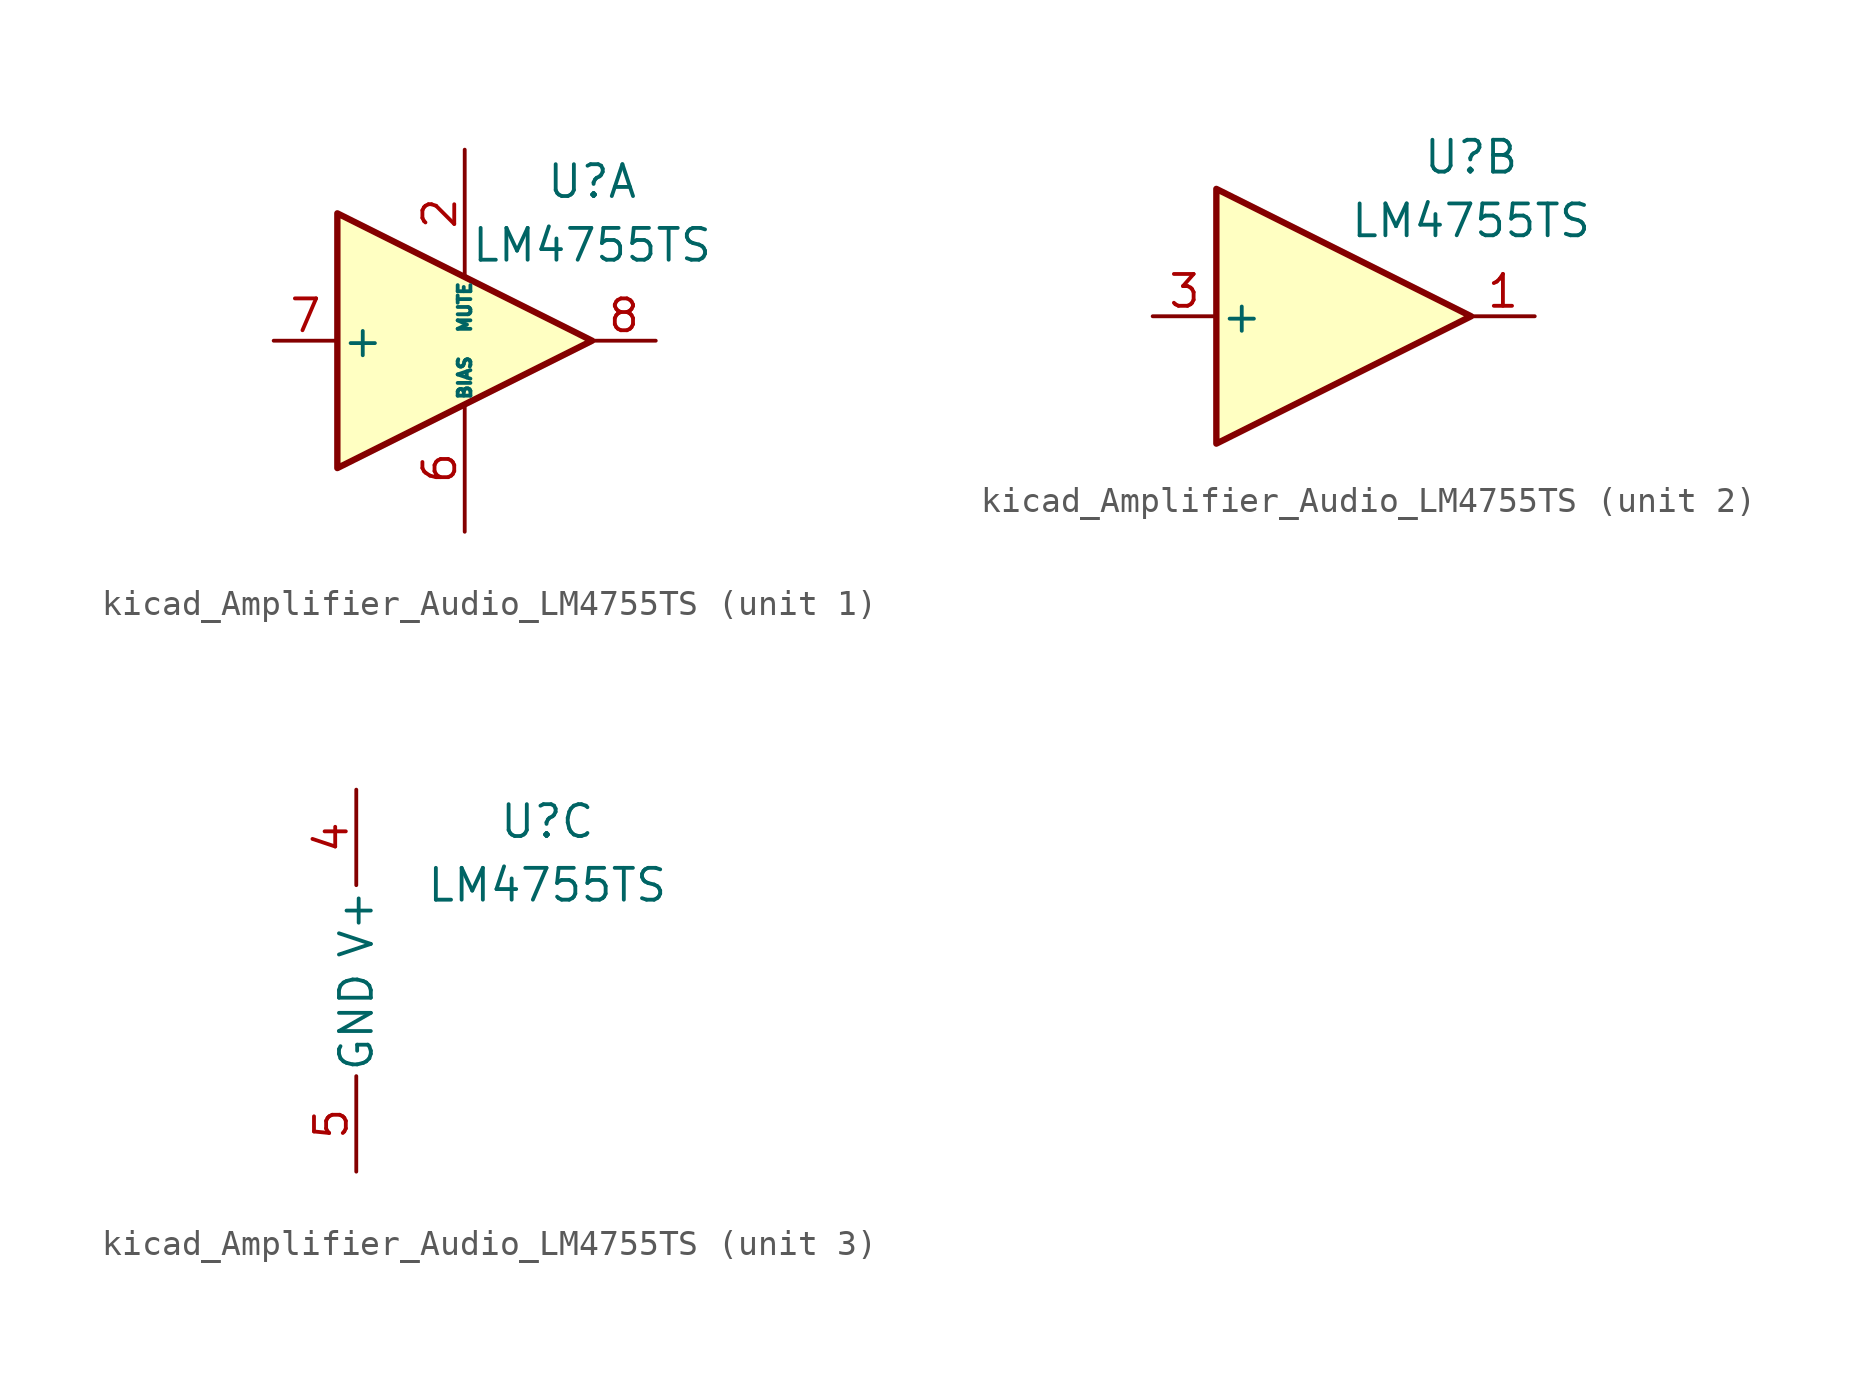
<source format=kicad_sym>
(kicad_symbol_lib
  (version 20220914)
  (generator kicad_symbol_editor)
  (symbol "kicad_Amplifier_Audio_LM4755TS"
    (pin_names
      (offset 0.127))
    (property "Reference" "U"
      (at 5.08 6.35 0)
      (effects (font (size 1.27 1.27))))
    (property "Value" "LM4755TS"
      (at 5.08 3.81 0)
      (effects (font (size 1.27 1.27))))
    (property "ki_locked" ""
      (at 0 0 0)
      (effects (font (size 1.27 1.27))))
    (symbol "kicad_Amplifier_Audio_LM4755TS_1_1"
      (polyline (pts (xy -5.08 5.08) (xy 5.08 0) (xy -5.08 -5.08) (xy -5.08 5.08)) (stroke (width 0.254) (type default)) (fill (type background)))
      (pin input line (at 0 7.62 270) (length 5.08) (name "MUTE" (effects (font (size 0.508 0.508)))) (number "2" (effects (font (size 1.27 1.27)))))
      (pin input line (at 0 -7.62 90) (length 5.08) (name "BIAS" (effects (font (size 0.508 0.508)))) (number "6" (effects (font (size 1.27 1.27)))))
      (pin input line (at -7.62 0 0) (length 2.54) (name "+" (effects (font (size 1.27 1.27)))) (number "7" (effects (font (size 1.27 1.27)))))
      (pin output line (at 7.62 0 180) (length 2.54) (name "~" (effects (font (size 1.27 1.27)))) (number "8" (effects (font (size 1.27 1.27)))))
      (pin no_connect line (at 0 2.54 270) (length 2.54) hide (name "NC" (effects (font (size 1.27 1.27)))) (number "9" (effects (font (size 1.27 1.27))))))
    (symbol "kicad_Amplifier_Audio_LM4755TS_2_1"
      (polyline (pts (xy -5.08 5.08) (xy 5.08 0) (xy -5.08 -5.08) (xy -5.08 5.08)) (stroke (width 0.254) (type default)) (fill (type background)))
      (pin output line (at 7.62 0 180) (length 2.54) (name "~" (effects (font (size 1.27 1.27)))) (number "1" (effects (font (size 1.27 1.27)))))
      (pin input line (at -7.62 0 0) (length 2.54) (name "+" (effects (font (size 1.27 1.27)))) (number "3" (effects (font (size 1.27 1.27))))))
    (symbol "kicad_Amplifier_Audio_LM4755TS_3_1"
      (pin power_in line (at -2.54 7.62 270) (length 3.81) (name "V+" (effects (font (size 1.27 1.27)))) (number "4" (effects (font (size 1.27 1.27)))))
      (pin power_in line (at -2.54 -7.62 90) (length 3.81) (name "GND" (effects (font (size 1.27 1.27)))) (number "5" (effects (font (size 1.27 1.27))))))))
</source>
